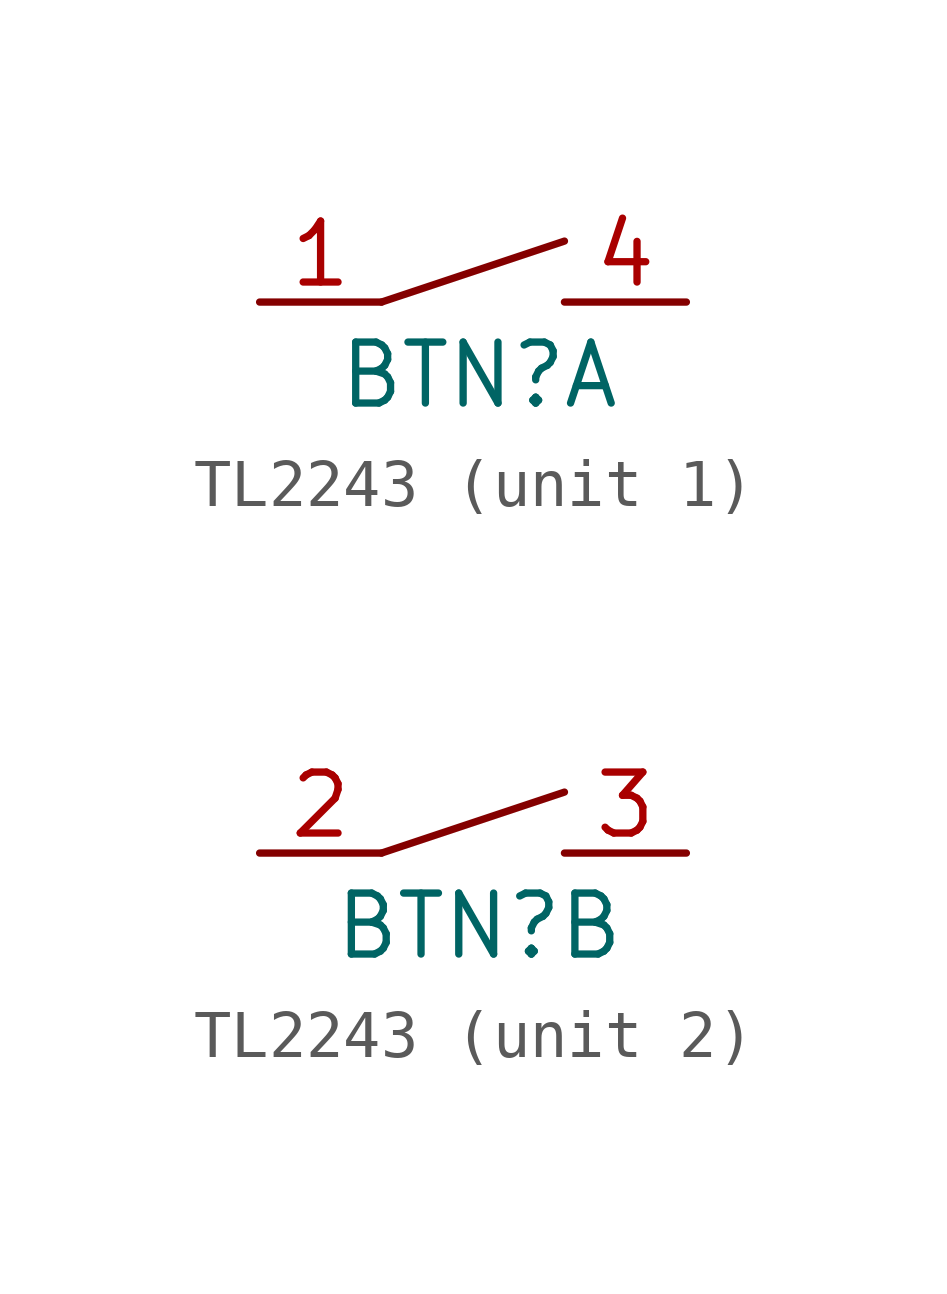
<source format=kicad_sym>
(kicad_symbol_lib
  (version 20231120)
  (generator "kicad_symbol_editor")
  (generator_version "8.0")
  (symbol "TL2243"
    (property "Reference" "BTN"
      (at -0.508 -1.524 0)
      (effects (font (size 1.27 1.27))))
    (property "Value" ""
      (at 0 0 0)
      (effects (font (size 1.27 1.27))))
    (property "ki_locked" ""
      (at 0 0 0)
      (effects (font (size 1.27 1.27))))
    (symbol "TL2243_1_1"
      (polyline (pts (xy -2.54 0) (xy 1.27 1.27)) (stroke (width 0) (type default)) (fill (type none)))
      (pin input line (at -5.08 0 0) (length 2.54) (name "" (effects (font (size 1.27 1.27)))) (number "1" (effects (font (size 1.27 1.27)))))
      (pin input line (at 3.81 0 180) (length 2.54) (name "" (effects (font (size 1.27 1.27)))) (number "4" (effects (font (size 1.27 1.27))))))
    (symbol "TL2243_2_1"
      (polyline (pts (xy -2.54 0) (xy 1.27 1.27)) (stroke (width 0) (type default)) (fill (type none)))
      (pin input line (at -5.08 0 0) (length 2.54) (name "" (effects (font (size 1.27 1.27)))) (number "2" (effects (font (size 1.27 1.27)))))
      (pin input line (at 3.81 0 180) (length 2.54) (name "" (effects (font (size 1.27 1.27)))) (number "3" (effects (font (size 1.27 1.27))))))))
</source>
